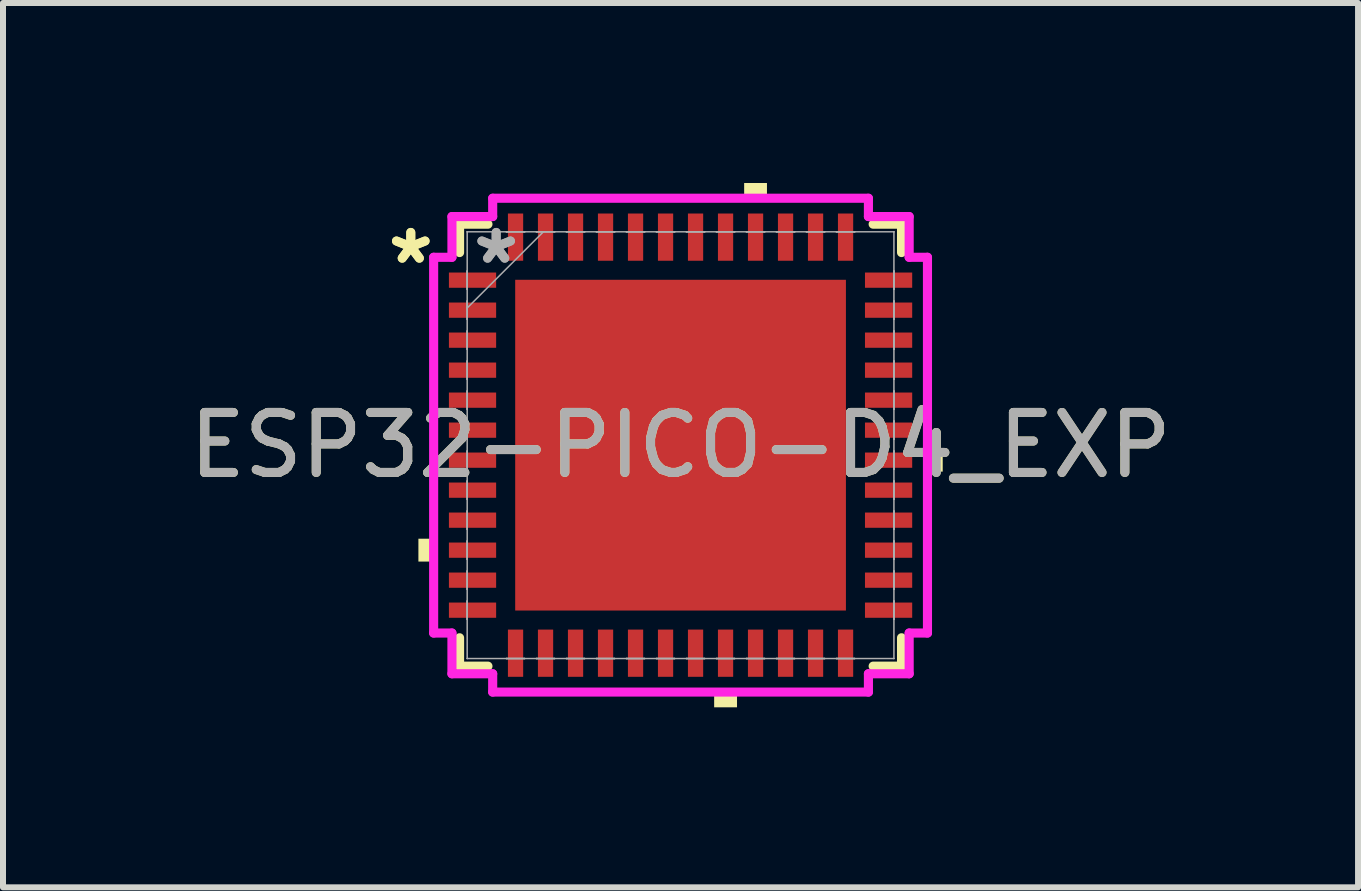
<source format=kicad_pcb>
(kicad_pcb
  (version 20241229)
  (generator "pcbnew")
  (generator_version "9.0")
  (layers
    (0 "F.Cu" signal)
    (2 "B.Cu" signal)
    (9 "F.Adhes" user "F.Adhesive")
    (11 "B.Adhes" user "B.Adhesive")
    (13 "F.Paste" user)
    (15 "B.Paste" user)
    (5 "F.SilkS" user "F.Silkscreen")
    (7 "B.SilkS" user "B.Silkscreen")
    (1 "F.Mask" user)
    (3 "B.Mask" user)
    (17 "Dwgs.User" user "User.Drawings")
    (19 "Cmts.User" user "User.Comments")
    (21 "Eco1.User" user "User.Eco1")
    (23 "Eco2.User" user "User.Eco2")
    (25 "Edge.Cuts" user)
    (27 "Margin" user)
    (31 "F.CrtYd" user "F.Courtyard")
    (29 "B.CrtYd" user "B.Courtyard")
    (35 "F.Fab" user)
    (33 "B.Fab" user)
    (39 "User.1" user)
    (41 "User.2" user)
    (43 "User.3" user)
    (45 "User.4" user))
  (footprint "ESP32-PICO-D4_EXP"
    (layer "F.Cu")
    (at 8.292 4.369)
    (property "Reference" "ESP32-PICO-D4_EXP" (at 0 0 0) (unlocked yes) (layer "F.SilkS") (effects (font (size 1 1) (thickness 0.15))))
    (attr smd)
    (fp_line (start -3.683 -3.683) (end -3.683 -3.21) (stroke (width 0.152) (type solid)) (layer "F.SilkS"))
    (fp_line (start -3.683 3.21) (end -3.683 3.683) (stroke (width 0.152) (type solid)) (layer "F.SilkS"))
    (fp_line (start -3.683 3.683) (end -3.21 3.683) (stroke (width 0.152) (type solid)) (layer "F.SilkS"))
    (fp_line (start -3.21 -3.683) (end -3.683 -3.683) (stroke (width 0.152) (type solid)) (layer "F.SilkS"))
    (fp_line (start 3.21 3.683) (end 3.683 3.683) (stroke (width 0.152) (type solid)) (layer "F.SilkS"))
    (fp_line (start 3.683 -3.683) (end 3.21 -3.683) (stroke (width 0.152) (type solid)) (layer "F.SilkS"))
    (fp_line (start 3.683 -3.21) (end 3.683 -3.683) (stroke (width 0.152) (type solid)) (layer "F.SilkS"))
    (fp_line (start 3.683 3.683) (end 3.683 3.21) (stroke (width 0.152) (type solid)) (layer "F.SilkS"))
    (fp_poly (pts (xy -4.369 1.559) (xy -4.369 1.94) (xy -4.115 1.94) (xy -4.115 1.559)) (stroke (width 0) (type solid)) (fill yes) (layer "F.SilkS"))
    (fp_poly (pts (xy 0.56 4.115) (xy 0.56 4.369) (xy 0.941 4.369) (xy 0.941 4.115)) (stroke (width 0) (type solid)) (fill yes) (layer "F.SilkS"))
    (fp_poly (pts (xy 1.06 -4.115) (xy 1.06 -4.369) (xy 1.44 -4.369) (xy 1.44 -4.115)) (stroke (width 0) (type solid)) (fill yes) (layer "F.SilkS"))
    (fp_poly (pts (xy 4.369 0.059) (xy 4.369 0.441) (xy 4.115 0.441) (xy 4.115 0.059)) (stroke (width 0) (type solid)) (fill yes) (layer "F.SilkS"))
    (fp_poly (pts (xy -2.656 -2.656) (xy -2.656 -1.478) (xy -1.478 -1.478) (xy -1.478 -2.656)) (stroke (width 0) (type solid)) (fill yes) (layer "F.Paste"))
    (fp_poly (pts (xy -2.656 -1.278) (xy -2.656 -0.1) (xy -1.478 -0.1) (xy -1.478 -1.278)) (stroke (width 0) (type solid)) (fill yes) (layer "F.Paste"))
    (fp_poly (pts (xy -2.656 0.1) (xy -2.656 1.278) (xy -1.478 1.278) (xy -1.478 0.1)) (stroke (width 0) (type solid)) (fill yes) (layer "F.Paste"))
    (fp_poly (pts (xy -2.656 1.478) (xy -2.656 2.656) (xy -1.478 2.656) (xy -1.478 1.478)) (stroke (width 0) (type solid)) (fill yes) (layer "F.Paste"))
    (fp_poly (pts (xy -1.278 -2.656) (xy -1.278 -1.478) (xy -0.1 -1.478) (xy -0.1 -2.656)) (stroke (width 0) (type solid)) (fill yes) (layer "F.Paste"))
    (fp_poly (pts (xy -1.278 -1.278) (xy -1.278 -0.1) (xy -0.1 -0.1) (xy -0.1 -1.278)) (stroke (width 0) (type solid)) (fill yes) (layer "F.Paste"))
    (fp_poly (pts (xy -1.278 0.1) (xy -1.278 1.278) (xy -0.1 1.278) (xy -0.1 0.1)) (stroke (width 0) (type solid)) (fill yes) (layer "F.Paste"))
    (fp_poly (pts (xy -1.278 1.478) (xy -1.278 2.656) (xy -0.1 2.656) (xy -0.1 1.478)) (stroke (width 0) (type solid)) (fill yes) (layer "F.Paste"))
    (fp_poly (pts (xy 0.1 -2.656) (xy 0.1 -1.478) (xy 1.278 -1.478) (xy 1.278 -2.656)) (stroke (width 0) (type solid)) (fill yes) (layer "F.Paste"))
    (fp_poly (pts (xy 0.1 -1.278) (xy 0.1 -0.1) (xy 1.278 -0.1) (xy 1.278 -1.278)) (stroke (width 0) (type solid)) (fill yes) (layer "F.Paste"))
    (fp_poly (pts (xy 0.1 0.1) (xy 0.1 1.278) (xy 1.278 1.278) (xy 1.278 0.1)) (stroke (width 0) (type solid)) (fill yes) (layer "F.Paste"))
    (fp_poly (pts (xy 0.1 1.478) (xy 0.1 2.656) (xy 1.278 2.656) (xy 1.278 1.478)) (stroke (width 0) (type solid)) (fill yes) (layer "F.Paste"))
    (fp_poly (pts (xy 1.478 -2.656) (xy 1.478 -1.478) (xy 2.656 -1.478) (xy 2.656 -2.656)) (stroke (width 0) (type solid)) (fill yes) (layer "F.Paste"))
    (fp_poly (pts (xy 1.478 -1.278) (xy 1.478 -0.1) (xy 2.656 -0.1) (xy 2.656 -1.278)) (stroke (width 0) (type solid)) (fill yes) (layer "F.Paste"))
    (fp_poly (pts (xy 1.478 0.1) (xy 1.478 1.278) (xy 2.656 1.278) (xy 2.656 0.1)) (stroke (width 0) (type solid)) (fill yes) (layer "F.Paste"))
    (fp_poly (pts (xy 1.478 1.478) (xy 1.478 2.656) (xy 2.656 2.656) (xy 2.656 1.478)) (stroke (width 0) (type solid)) (fill yes) (layer "F.Paste"))
    (fp_line (start -4.115 -3.131) (end -3.81 -3.131) (stroke (width 0.152) (type solid)) (layer "F.CrtYd"))
    (fp_line (start -4.115 3.131) (end -4.115 -3.131) (stroke (width 0.152) (type solid)) (layer "F.CrtYd"))
    (fp_line (start -3.81 -3.81) (end -3.131 -3.81) (stroke (width 0.152) (type solid)) (layer "F.CrtYd"))
    (fp_line (start -3.81 -3.131) (end -3.81 -3.81) (stroke (width 0.152) (type solid)) (layer "F.CrtYd"))
    (fp_line (start -3.81 3.131) (end -4.115 3.131) (stroke (width 0.152) (type solid)) (layer "F.CrtYd"))
    (fp_line (start -3.81 3.81) (end -3.81 3.131) (stroke (width 0.152) (type solid)) (layer "F.CrtYd"))
    (fp_line (start -3.131 -4.115) (end 3.131 -4.115) (stroke (width 0.152) (type solid)) (layer "F.CrtYd"))
    (fp_line (start -3.131 -3.81) (end -3.131 -4.115) (stroke (width 0.152) (type solid)) (layer "F.CrtYd"))
    (fp_line (start -3.131 3.81) (end -3.81 3.81) (stroke (width 0.152) (type solid)) (layer "F.CrtYd"))
    (fp_line (start -3.131 4.115) (end -3.131 3.81) (stroke (width 0.152) (type solid)) (layer "F.CrtYd"))
    (fp_line (start 3.131 -4.115) (end 3.131 -3.81) (stroke (width 0.152) (type solid)) (layer "F.CrtYd"))
    (fp_line (start 3.131 -3.81) (end 3.81 -3.81) (stroke (width 0.152) (type solid)) (layer "F.CrtYd"))
    (fp_line (start 3.131 3.81) (end 3.131 4.115) (stroke (width 0.152) (type solid)) (layer "F.CrtYd"))
    (fp_line (start 3.131 4.115) (end -3.131 4.115) (stroke (width 0.152) (type solid)) (layer "F.CrtYd"))
    (fp_line (start 3.81 -3.81) (end 3.81 -3.131) (stroke (width 0.152) (type solid)) (layer "F.CrtYd"))
    (fp_line (start 3.81 -3.131) (end 4.115 -3.131) (stroke (width 0.152) (type solid)) (layer "F.CrtYd"))
    (fp_line (start 3.81 3.131) (end 3.81 3.81) (stroke (width 0.152) (type solid)) (layer "F.CrtYd"))
    (fp_line (start 3.81 3.81) (end 3.131 3.81) (stroke (width 0.152) (type solid)) (layer "F.CrtYd"))
    (fp_line (start 4.115 -3.131) (end 4.115 3.131) (stroke (width 0.152) (type solid)) (layer "F.CrtYd"))
    (fp_line (start 4.115 3.131) (end 3.81 3.131) (stroke (width 0.152) (type solid)) (layer "F.CrtYd"))
    (fp_line (start -3.556 -3.556) (end -3.556 -3.556) (stroke (width 0.025) (type solid)) (layer "F.Fab"))
    (fp_line (start -3.556 -3.556) (end -3.556 3.556) (stroke (width 0.025) (type solid)) (layer "F.Fab"))
    (fp_line (start -3.556 -2.902) (end -3.556 -2.902) (stroke (width 0.025) (type solid)) (layer "F.Fab"))
    (fp_line (start -3.556 -2.902) (end -3.556 -2.598) (stroke (width 0.025) (type solid)) (layer "F.Fab"))
    (fp_line (start -3.556 -2.598) (end -3.556 -2.902) (stroke (width 0.025) (type solid)) (layer "F.Fab"))
    (fp_line (start -3.556 -2.598) (end -3.556 -2.598) (stroke (width 0.025) (type solid)) (layer "F.Fab"))
    (fp_line (start -3.556 -2.402) (end -3.556 -2.402) (stroke (width 0.025) (type solid)) (layer "F.Fab"))
    (fp_line (start -3.556 -2.402) (end -3.556 -2.098) (stroke (width 0.025) (type solid)) (layer "F.Fab"))
    (fp_line (start -3.556 -2.286) (end -2.286 -3.556) (stroke (width 0.025) (type solid)) (layer "F.Fab"))
    (fp_line (start -3.556 -2.098) (end -3.556 -2.402) (stroke (width 0.025) (type solid)) (layer "F.Fab"))
    (fp_line (start -3.556 -2.098) (end -3.556 -2.098) (stroke (width 0.025) (type solid)) (layer "F.Fab"))
    (fp_line (start -3.556 -1.902) (end -3.556 -1.902) (stroke (width 0.025) (type solid)) (layer "F.Fab"))
    (fp_line (start -3.556 -1.902) (end -3.556 -1.598) (stroke (width 0.025) (type solid)) (layer "F.Fab"))
    (fp_line (start -3.556 -1.598) (end -3.556 -1.902) (stroke (width 0.025) (type solid)) (layer "F.Fab"))
    (fp_line (start -3.556 -1.598) (end -3.556 -1.598) (stroke (width 0.025) (type solid)) (layer "F.Fab"))
    (fp_line (start -3.556 -1.402) (end -3.556 -1.402) (stroke (width 0.025) (type solid)) (layer "F.Fab"))
    (fp_line (start -3.556 -1.402) (end -3.556 -1.098) (stroke (width 0.025) (type solid)) (layer "F.Fab"))
    (fp_line (start -3.556 -1.098) (end -3.556 -1.402) (stroke (width 0.025) (type solid)) (layer "F.Fab"))
    (fp_line (start -3.556 -1.098) (end -3.556 -1.098) (stroke (width 0.025) (type solid)) (layer "F.Fab"))
    (fp_line (start -3.556 -0.902) (end -3.556 -0.902) (stroke (width 0.025) (type solid)) (layer "F.Fab"))
    (fp_line (start -3.556 -0.902) (end -3.556 -0.598) (stroke (width 0.025) (type solid)) (layer "F.Fab"))
    (fp_line (start -3.556 -0.598) (end -3.556 -0.902) (stroke (width 0.025) (type solid)) (layer "F.Fab"))
    (fp_line (start -3.556 -0.598) (end -3.556 -0.598) (stroke (width 0.025) (type solid)) (layer "F.Fab"))
    (fp_line (start -3.556 -0.402) (end -3.556 -0.402) (stroke (width 0.025) (type solid)) (layer "F.Fab"))
    (fp_line (start -3.556 -0.402) (end -3.556 -0.098) (stroke (width 0.025) (type solid)) (layer "F.Fab"))
    (fp_line (start -3.556 -0.098) (end -3.556 -0.402) (stroke (width 0.025) (type solid)) (layer "F.Fab"))
    (fp_line (start -3.556 -0.098) (end -3.556 -0.098) (stroke (width 0.025) (type solid)) (layer "F.Fab"))
    (fp_line (start -3.556 0.098) (end -3.556 0.098) (stroke (width 0.025) (type solid)) (layer "F.Fab"))
    (fp_line (start -3.556 0.098) (end -3.556 0.402) (stroke (width 0.025) (type solid)) (layer "F.Fab"))
    (fp_line (start -3.556 0.402) (end -3.556 0.098) (stroke (width 0.025) (type solid)) (layer "F.Fab"))
    (fp_line (start -3.556 0.402) (end -3.556 0.402) (stroke (width 0.025) (type solid)) (layer "F.Fab"))
    (fp_line (start -3.556 0.598) (end -3.556 0.598) (stroke (width 0.025) (type solid)) (layer "F.Fab"))
    (fp_line (start -3.556 0.598) (end -3.556 0.902) (stroke (width 0.025) (type solid)) (layer "F.Fab"))
    (fp_line (start -3.556 0.902) (end -3.556 0.598) (stroke (width 0.025) (type solid)) (layer "F.Fab"))
    (fp_line (start -3.556 0.902) (end -3.556 0.902) (stroke (width 0.025) (type solid)) (layer "F.Fab"))
    (fp_line (start -3.556 1.098) (end -3.556 1.098) (stroke (width 0.025) (type solid)) (layer "F.Fab"))
    (fp_line (start -3.556 1.098) (end -3.556 1.402) (stroke (width 0.025) (type solid)) (layer "F.Fab"))
    (fp_line (start -3.556 1.402) (end -3.556 1.098) (stroke (width 0.025) (type solid)) (layer "F.Fab"))
    (fp_line (start -3.556 1.402) (end -3.556 1.402) (stroke (width 0.025) (type solid)) (layer "F.Fab"))
    (fp_line (start -3.556 1.598) (end -3.556 1.598) (stroke (width 0.025) (type solid)) (layer "F.Fab"))
    (fp_line (start -3.556 1.598) (end -3.556 1.902) (stroke (width 0.025) (type solid)) (layer "F.Fab"))
    (fp_line (start -3.556 1.902) (end -3.556 1.598) (stroke (width 0.025) (type solid)) (layer "F.Fab"))
    (fp_line (start -3.556 1.902) (end -3.556 1.902) (stroke (width 0.025) (type solid)) (layer "F.Fab"))
    (fp_line (start -3.556 2.098) (end -3.556 2.098) (stroke (width 0.025) (type solid)) (layer "F.Fab"))
    (fp_line (start -3.556 2.098) (end -3.556 2.402) (stroke (width 0.025) (type solid)) (layer "F.Fab"))
    (fp_line (start -3.556 2.402) (end -3.556 2.098) (stroke (width 0.025) (type solid)) (layer "F.Fab"))
    (fp_line (start -3.556 2.402) (end -3.556 2.402) (stroke (width 0.025) (type solid)) (layer "F.Fab"))
    (fp_line (start -3.556 2.598) (end -3.556 2.598) (stroke (width 0.025) (type solid)) (layer "F.Fab"))
    (fp_line (start -3.556 2.598) (end -3.556 2.902) (stroke (width 0.025) (type solid)) (layer "F.Fab"))
    (fp_line (start -3.556 2.902) (end -3.556 2.598) (stroke (width 0.025) (type solid)) (layer "F.Fab"))
    (fp_line (start -3.556 2.902) (end -3.556 2.902) (stroke (width 0.025) (type solid)) (layer "F.Fab"))
    (fp_line (start -3.556 3.556) (end -3.556 3.556) (stroke (width 0.025) (type solid)) (layer "F.Fab"))
    (fp_line (start -3.556 3.556) (end 3.556 3.556) (stroke (width 0.025) (type solid)) (layer "F.Fab"))
    (fp_line (start -2.902 -3.556) (end -2.902 -3.556) (stroke (width 0.025) (type solid)) (layer "F.Fab"))
    (fp_line (start -2.902 -3.556) (end -2.598 -3.556) (stroke (width 0.025) (type solid)) (layer "F.Fab"))
    (fp_line (start -2.902 3.556) (end -2.902 3.556) (stroke (width 0.025) (type solid)) (layer "F.Fab"))
    (fp_line (start -2.902 3.556) (end -2.598 3.556) (stroke (width 0.025) (type solid)) (layer "F.Fab"))
    (fp_line (start -2.598 -3.556) (end -2.902 -3.556) (stroke (width 0.025) (type solid)) (layer "F.Fab"))
    (fp_line (start -2.598 -3.556) (end -2.598 -3.556) (stroke (width 0.025) (type solid)) (layer "F.Fab"))
    (fp_line (start -2.598 3.556) (end -2.902 3.556) (stroke (width 0.025) (type solid)) (layer "F.Fab"))
    (fp_line (start -2.598 3.556) (end -2.598 3.556) (stroke (width 0.025) (type solid)) (layer "F.Fab"))
    (fp_line (start -2.402 -3.556) (end -2.402 -3.556) (stroke (width 0.025) (type solid)) (layer "F.Fab"))
    (fp_line (start -2.402 -3.556) (end -2.098 -3.556) (stroke (width 0.025) (type solid)) (layer "F.Fab"))
    (fp_line (start -2.402 3.556) (end -2.402 3.556) (stroke (width 0.025) (type solid)) (layer "F.Fab"))
    (fp_line (start -2.402 3.556) (end -2.098 3.556) (stroke (width 0.025) (type solid)) (layer "F.Fab"))
    (fp_line (start -2.098 -3.556) (end -2.402 -3.556) (stroke (width 0.025) (type solid)) (layer "F.Fab"))
    (fp_line (start -2.098 -3.556) (end -2.098 -3.556) (stroke (width 0.025) (type solid)) (layer "F.Fab"))
    (fp_line (start -2.098 3.556) (end -2.402 3.556) (stroke (width 0.025) (type solid)) (layer "F.Fab"))
    (fp_line (start -2.098 3.556) (end -2.098 3.556) (stroke (width 0.025) (type solid)) (layer "F.Fab"))
    (fp_line (start -1.902 -3.556) (end -1.902 -3.556) (stroke (width 0.025) (type solid)) (layer "F.Fab"))
    (fp_line (start -1.902 -3.556) (end -1.598 -3.556) (stroke (width 0.025) (type solid)) (layer "F.Fab"))
    (fp_line (start -1.902 3.556) (end -1.902 3.556) (stroke (width 0.025) (type solid)) (layer "F.Fab"))
    (fp_line (start -1.902 3.556) (end -1.598 3.556) (stroke (width 0.025) (type solid)) (layer "F.Fab"))
    (fp_line (start -1.598 -3.556) (end -1.902 -3.556) (stroke (width 0.025) (type solid)) (layer "F.Fab"))
    (fp_line (start -1.598 -3.556) (end -1.598 -3.556) (stroke (width 0.025) (type solid)) (layer "F.Fab"))
    (fp_line (start -1.598 3.556) (end -1.902 3.556) (stroke (width 0.025) (type solid)) (layer "F.Fab"))
    (fp_line (start -1.598 3.556) (end -1.598 3.556) (stroke (width 0.025) (type solid)) (layer "F.Fab"))
    (fp_line (start -1.402 -3.556) (end -1.402 -3.556) (stroke (width 0.025) (type solid)) (layer "F.Fab"))
    (fp_line (start -1.402 -3.556) (end -1.098 -3.556) (stroke (width 0.025) (type solid)) (layer "F.Fab"))
    (fp_line (start -1.402 3.556) (end -1.402 3.556) (stroke (width 0.025) (type solid)) (layer "F.Fab"))
    (fp_line (start -1.402 3.556) (end -1.098 3.556) (stroke (width 0.025) (type solid)) (layer "F.Fab"))
    (fp_line (start -1.098 -3.556) (end -1.402 -3.556) (stroke (width 0.025) (type solid)) (layer "F.Fab"))
    (fp_line (start -1.098 -3.556) (end -1.098 -3.556) (stroke (width 0.025) (type solid)) (layer "F.Fab"))
    (fp_line (start -1.098 3.556) (end -1.402 3.556) (stroke (width 0.025) (type solid)) (layer "F.Fab"))
    (fp_line (start -1.098 3.556) (end -1.098 3.556) (stroke (width 0.025) (type solid)) (layer "F.Fab"))
    (fp_line (start -0.902 -3.556) (end -0.902 -3.556) (stroke (width 0.025) (type solid)) (layer "F.Fab"))
    (fp_line (start -0.902 -3.556) (end -0.598 -3.556) (stroke (width 0.025) (type solid)) (layer "F.Fab"))
    (fp_line (start -0.902 3.556) (end -0.902 3.556) (stroke (width 0.025) (type solid)) (layer "F.Fab"))
    (fp_line (start -0.902 3.556) (end -0.598 3.556) (stroke (width 0.025) (type solid)) (layer "F.Fab"))
    (fp_line (start -0.598 -3.556) (end -0.902 -3.556) (stroke (width 0.025) (type solid)) (layer "F.Fab"))
    (fp_line (start -0.598 -3.556) (end -0.598 -3.556) (stroke (width 0.025) (type solid)) (layer "F.Fab"))
    (fp_line (start -0.598 3.556) (end -0.902 3.556) (stroke (width 0.025) (type solid)) (layer "F.Fab"))
    (fp_line (start -0.598 3.556) (end -0.598 3.556) (stroke (width 0.025) (type solid)) (layer "F.Fab"))
    (fp_line (start -0.402 -3.556) (end -0.402 -3.556) (stroke (width 0.025) (type solid)) (layer "F.Fab"))
    (fp_line (start -0.402 -3.556) (end -0.098 -3.556) (stroke (width 0.025) (type solid)) (layer "F.Fab"))
    (fp_line (start -0.402 3.556) (end -0.402 3.556) (stroke (width 0.025) (type solid)) (layer "F.Fab"))
    (fp_line (start -0.402 3.556) (end -0.098 3.556) (stroke (width 0.025) (type solid)) (layer "F.Fab"))
    (fp_line (start -0.098 -3.556) (end -0.402 -3.556) (stroke (width 0.025) (type solid)) (layer "F.Fab"))
    (fp_line (start -0.098 -3.556) (end -0.098 -3.556) (stroke (width 0.025) (type solid)) (layer "F.Fab"))
    (fp_line (start -0.098 3.556) (end -0.402 3.556) (stroke (width 0.025) (type solid)) (layer "F.Fab"))
    (fp_line (start -0.098 3.556) (end -0.098 3.556) (stroke (width 0.025) (type solid)) (layer "F.Fab"))
    (fp_line (start 0.098 -3.556) (end 0.098 -3.556) (stroke (width 0.025) (type solid)) (layer "F.Fab"))
    (fp_line (start 0.098 -3.556) (end 0.402 -3.556) (stroke (width 0.025) (type solid)) (layer "F.Fab"))
    (fp_line (start 0.098 3.556) (end 0.098 3.556) (stroke (width 0.025) (type solid)) (layer "F.Fab"))
    (fp_line (start 0.098 3.556) (end 0.402 3.556) (stroke (width 0.025) (type solid)) (layer "F.Fab"))
    (fp_line (start 0.402 -3.556) (end 0.098 -3.556) (stroke (width 0.025) (type solid)) (layer "F.Fab"))
    (fp_line (start 0.402 -3.556) (end 0.402 -3.556) (stroke (width 0.025) (type solid)) (layer "F.Fab"))
    (fp_line (start 0.402 3.556) (end 0.098 3.556) (stroke (width 0.025) (type solid)) (layer "F.Fab"))
    (fp_line (start 0.402 3.556) (end 0.402 3.556) (stroke (width 0.025) (type solid)) (layer "F.Fab"))
    (fp_line (start 0.598 -3.556) (end 0.598 -3.556) (stroke (width 0.025) (type solid)) (layer "F.Fab"))
    (fp_line (start 0.598 -3.556) (end 0.902 -3.556) (stroke (width 0.025) (type solid)) (layer "F.Fab"))
    (fp_line (start 0.598 3.556) (end 0.598 3.556) (stroke (width 0.025) (type solid)) (layer "F.Fab"))
    (fp_line (start 0.598 3.556) (end 0.902 3.556) (stroke (width 0.025) (type solid)) (layer "F.Fab"))
    (fp_line (start 0.902 -3.556) (end 0.598 -3.556) (stroke (width 0.025) (type solid)) (layer "F.Fab"))
    (fp_line (start 0.902 -3.556) (end 0.902 -3.556) (stroke (width 0.025) (type solid)) (layer "F.Fab"))
    (fp_line (start 0.902 3.556) (end 0.598 3.556) (stroke (width 0.025) (type solid)) (layer "F.Fab"))
    (fp_line (start 0.902 3.556) (end 0.902 3.556) (stroke (width 0.025) (type solid)) (layer "F.Fab"))
    (fp_line (start 1.098 -3.556) (end 1.098 -3.556) (stroke (width 0.025) (type solid)) (layer "F.Fab"))
    (fp_line (start 1.098 -3.556) (end 1.402 -3.556) (stroke (width 0.025) (type solid)) (layer "F.Fab"))
    (fp_line (start 1.098 3.556) (end 1.098 3.556) (stroke (width 0.025) (type solid)) (layer "F.Fab"))
    (fp_line (start 1.098 3.556) (end 1.402 3.556) (stroke (width 0.025) (type solid)) (layer "F.Fab"))
    (fp_line (start 1.402 -3.556) (end 1.098 -3.556) (stroke (width 0.025) (type solid)) (layer "F.Fab"))
    (fp_line (start 1.402 -3.556) (end 1.402 -3.556) (stroke (width 0.025) (type solid)) (layer "F.Fab"))
    (fp_line (start 1.402 3.556) (end 1.098 3.556) (stroke (width 0.025) (type solid)) (layer "F.Fab"))
    (fp_line (start 1.402 3.556) (end 1.402 3.556) (stroke (width 0.025) (type solid)) (layer "F.Fab"))
    (fp_line (start 1.598 -3.556) (end 1.598 -3.556) (stroke (width 0.025) (type solid)) (layer "F.Fab"))
    (fp_line (start 1.598 -3.556) (end 1.902 -3.556) (stroke (width 0.025) (type solid)) (layer "F.Fab"))
    (fp_line (start 1.598 3.556) (end 1.598 3.556) (stroke (width 0.025) (type solid)) (layer "F.Fab"))
    (fp_line (start 1.598 3.556) (end 1.902 3.556) (stroke (width 0.025) (type solid)) (layer "F.Fab"))
    (fp_line (start 1.902 -3.556) (end 1.598 -3.556) (stroke (width 0.025) (type solid)) (layer "F.Fab"))
    (fp_line (start 1.902 -3.556) (end 1.902 -3.556) (stroke (width 0.025) (type solid)) (layer "F.Fab"))
    (fp_line (start 1.902 3.556) (end 1.598 3.556) (stroke (width 0.025) (type solid)) (layer "F.Fab"))
    (fp_line (start 1.902 3.556) (end 1.902 3.556) (stroke (width 0.025) (type solid)) (layer "F.Fab"))
    (fp_line (start 2.098 -3.556) (end 2.098 -3.556) (stroke (width 0.025) (type solid)) (layer "F.Fab"))
    (fp_line (start 2.098 -3.556) (end 2.402 -3.556) (stroke (width 0.025) (type solid)) (layer "F.Fab"))
    (fp_line (start 2.098 3.556) (end 2.098 3.556) (stroke (width 0.025) (type solid)) (layer "F.Fab"))
    (fp_line (start 2.098 3.556) (end 2.402 3.556) (stroke (width 0.025) (type solid)) (layer "F.Fab"))
    (fp_line (start 2.402 -3.556) (end 2.098 -3.556) (stroke (width 0.025) (type solid)) (layer "F.Fab"))
    (fp_line (start 2.402 -3.556) (end 2.402 -3.556) (stroke (width 0.025) (type solid)) (layer "F.Fab"))
    (fp_line (start 2.402 3.556) (end 2.098 3.556) (stroke (width 0.025) (type solid)) (layer "F.Fab"))
    (fp_line (start 2.402 3.556) (end 2.402 3.556) (stroke (width 0.025) (type solid)) (layer "F.Fab"))
    (fp_line (start 2.598 -3.556) (end 2.598 -3.556) (stroke (width 0.025) (type solid)) (layer "F.Fab"))
    (fp_line (start 2.598 -3.556) (end 2.902 -3.556) (stroke (width 0.025) (type solid)) (layer "F.Fab"))
    (fp_line (start 2.598 3.556) (end 2.598 3.556) (stroke (width 0.025) (type solid)) (layer "F.Fab"))
    (fp_line (start 2.598 3.556) (end 2.902 3.556) (stroke (width 0.025) (type solid)) (layer "F.Fab"))
    (fp_line (start 2.902 -3.556) (end 2.598 -3.556) (stroke (width 0.025) (type solid)) (layer "F.Fab"))
    (fp_line (start 2.902 -3.556) (end 2.902 -3.556) (stroke (width 0.025) (type solid)) (layer "F.Fab"))
    (fp_line (start 2.902 3.556) (end 2.598 3.556) (stroke (width 0.025) (type solid)) (layer "F.Fab"))
    (fp_line (start 2.902 3.556) (end 2.902 3.556) (stroke (width 0.025) (type solid)) (layer "F.Fab"))
    (fp_line (start 3.556 -3.556) (end -3.556 -3.556) (stroke (width 0.025) (type solid)) (layer "F.Fab"))
    (fp_line (start 3.556 -3.556) (end 3.556 -3.556) (stroke (width 0.025) (type solid)) (layer "F.Fab"))
    (fp_line (start 3.556 -2.902) (end 3.556 -2.902) (stroke (width 0.025) (type solid)) (layer "F.Fab"))
    (fp_line (start 3.556 -2.902) (end 3.556 -2.598) (stroke (width 0.025) (type solid)) (layer "F.Fab"))
    (fp_line (start 3.556 -2.598) (end 3.556 -2.902) (stroke (width 0.025) (type solid)) (layer "F.Fab"))
    (fp_line (start 3.556 -2.598) (end 3.556 -2.598) (stroke (width 0.025) (type solid)) (layer "F.Fab"))
    (fp_line (start 3.556 -2.402) (end 3.556 -2.402) (stroke (width 0.025) (type solid)) (layer "F.Fab"))
    (fp_line (start 3.556 -2.402) (end 3.556 -2.098) (stroke (width 0.025) (type solid)) (layer "F.Fab"))
    (fp_line (start 3.556 -2.098) (end 3.556 -2.402) (stroke (width 0.025) (type solid)) (layer "F.Fab"))
    (fp_line (start 3.556 -2.098) (end 3.556 -2.098) (stroke (width 0.025) (type solid)) (layer "F.Fab"))
    (fp_line (start 3.556 -1.902) (end 3.556 -1.902) (stroke (width 0.025) (type solid)) (layer "F.Fab"))
    (fp_line (start 3.556 -1.902) (end 3.556 -1.598) (stroke (width 0.025) (type solid)) (layer "F.Fab"))
    (fp_line (start 3.556 -1.598) (end 3.556 -1.902) (stroke (width 0.025) (type solid)) (layer "F.Fab"))
    (fp_line (start 3.556 -1.598) (end 3.556 -1.598) (stroke (width 0.025) (type solid)) (layer "F.Fab"))
    (fp_line (start 3.556 -1.402) (end 3.556 -1.402) (stroke (width 0.025) (type solid)) (layer "F.Fab"))
    (fp_line (start 3.556 -1.402) (end 3.556 -1.098) (stroke (width 0.025) (type solid)) (layer "F.Fab"))
    (fp_line (start 3.556 -1.098) (end 3.556 -1.402) (stroke (width 0.025) (type solid)) (layer "F.Fab"))
    (fp_line (start 3.556 -1.098) (end 3.556 -1.098) (stroke (width 0.025) (type solid)) (layer "F.Fab"))
    (fp_line (start 3.556 -0.902) (end 3.556 -0.902) (stroke (width 0.025) (type solid)) (layer "F.Fab"))
    (fp_line (start 3.556 -0.902) (end 3.556 -0.598) (stroke (width 0.025) (type solid)) (layer "F.Fab"))
    (fp_line (start 3.556 -0.598) (end 3.556 -0.902) (stroke (width 0.025) (type solid)) (layer "F.Fab"))
    (fp_line (start 3.556 -0.598) (end 3.556 -0.598) (stroke (width 0.025) (type solid)) (layer "F.Fab"))
    (fp_line (start 3.556 -0.402) (end 3.556 -0.402) (stroke (width 0.025) (type solid)) (layer "F.Fab"))
    (fp_line (start 3.556 -0.402) (end 3.556 -0.098) (stroke (width 0.025) (type solid)) (layer "F.Fab"))
    (fp_line (start 3.556 -0.098) (end 3.556 -0.402) (stroke (width 0.025) (type solid)) (layer "F.Fab"))
    (fp_line (start 3.556 -0.098) (end 3.556 -0.098) (stroke (width 0.025) (type solid)) (layer "F.Fab"))
    (fp_line (start 3.556 0.098) (end 3.556 0.098) (stroke (width 0.025) (type solid)) (layer "F.Fab"))
    (fp_line (start 3.556 0.098) (end 3.556 0.402) (stroke (width 0.025) (type solid)) (layer "F.Fab"))
    (fp_line (start 3.556 0.402) (end 3.556 0.098) (stroke (width 0.025) (type solid)) (layer "F.Fab"))
    (fp_line (start 3.556 0.402) (end 3.556 0.402) (stroke (width 0.025) (type solid)) (layer "F.Fab"))
    (fp_line (start 3.556 0.598) (end 3.556 0.598) (stroke (width 0.025) (type solid)) (layer "F.Fab"))
    (fp_line (start 3.556 0.598) (end 3.556 0.902) (stroke (width 0.025) (type solid)) (layer "F.Fab"))
    (fp_line (start 3.556 0.902) (end 3.556 0.598) (stroke (width 0.025) (type solid)) (layer "F.Fab"))
    (fp_line (start 3.556 0.902) (end 3.556 0.902) (stroke (width 0.025) (type solid)) (layer "F.Fab"))
    (fp_line (start 3.556 1.098) (end 3.556 1.098) (stroke (width 0.025) (type solid)) (layer "F.Fab"))
    (fp_line (start 3.556 1.098) (end 3.556 1.402) (stroke (width 0.025) (type solid)) (layer "F.Fab"))
    (fp_line (start 3.556 1.402) (end 3.556 1.098) (stroke (width 0.025) (type solid)) (layer "F.Fab"))
    (fp_line (start 3.556 1.402) (end 3.556 1.402) (stroke (width 0.025) (type solid)) (layer "F.Fab"))
    (fp_line (start 3.556 1.598) (end 3.556 1.598) (stroke (width 0.025) (type solid)) (layer "F.Fab"))
    (fp_line (start 3.556 1.598) (end 3.556 1.902) (stroke (width 0.025) (type solid)) (layer "F.Fab"))
    (fp_line (start 3.556 1.902) (end 3.556 1.598) (stroke (width 0.025) (type solid)) (layer "F.Fab"))
    (fp_line (start 3.556 1.902) (end 3.556 1.902) (stroke (width 0.025) (type solid)) (layer "F.Fab"))
    (fp_line (start 3.556 2.098) (end 3.556 2.098) (stroke (width 0.025) (type solid)) (layer "F.Fab"))
    (fp_line (start 3.556 2.098) (end 3.556 2.402) (stroke (width 0.025) (type solid)) (layer "F.Fab"))
    (fp_line (start 3.556 2.402) (end 3.556 2.098) (stroke (width 0.025) (type solid)) (layer "F.Fab"))
    (fp_line (start 3.556 2.402) (end 3.556 2.402) (stroke (width 0.025) (type solid)) (layer "F.Fab"))
    (fp_line (start 3.556 2.598) (end 3.556 2.598) (stroke (width 0.025) (type solid)) (layer "F.Fab"))
    (fp_line (start 3.556 2.598) (end 3.556 2.902) (stroke (width 0.025) (type solid)) (layer "F.Fab"))
    (fp_line (start 3.556 2.902) (end 3.556 2.598) (stroke (width 0.025) (type solid)) (layer "F.Fab"))
    (fp_line (start 3.556 2.902) (end 3.556 2.902) (stroke (width 0.025) (type solid)) (layer "F.Fab"))
    (fp_line (start 3.556 3.556) (end 3.556 -3.556) (stroke (width 0.025) (type solid)) (layer "F.Fab"))
    (fp_line (start 3.556 3.556) (end 3.556 3.556) (stroke (width 0.025) (type solid)) (layer "F.Fab"))
    (fp_text user "*" (at -4.496 -3 0) (layer "F.SilkS") (effects (font (size 1 1) (thickness 0.15))))
    (fp_text user "*" (at -4.496 -3 0) (unlocked yes) (layer "F.SilkS") (effects (font (size 1 1) (thickness 0.15))))
    (fp_text user "${REFERENCE}" (at 0 0 0) (unlocked yes) (layer "F.Fab") (effects (font (size 1 1) (thickness 0.15))))
    (fp_text user "*" (at -3.073 -3 0) (layer "F.Fab") (effects (font (size 1 1) (thickness 0.15))))
    (fp_text user "*" (at -3.073 -3 0) (unlocked yes) (layer "F.Fab") (effects (font (size 1 1) (thickness 0.15))))
    (pad "1" smd rect (at -3.467 -2.75 90) (size 0.254 0.787) (layers "F.Cu" "F.Mask" "F.Paste"))
    (pad "2" smd rect (at -3.467 -2.25 90) (size 0.254 0.787) (layers "F.Cu" "F.Mask" "F.Paste"))
    (pad "3" smd rect (at -3.467 -1.75 90) (size 0.254 0.787) (layers "F.Cu" "F.Mask" "F.Paste"))
    (pad "4" smd rect (at -3.467 -1.25 90) (size 0.254 0.787) (layers "F.Cu" "F.Mask" "F.Paste"))
    (pad "5" smd rect (at -3.467 -0.75 90) (size 0.254 0.787) (layers "F.Cu" "F.Mask" "F.Paste"))
    (pad "6" smd rect (at -3.467 -0.25 90) (size 0.254 0.787) (layers "F.Cu" "F.Mask" "F.Paste"))
    (pad "7" smd rect (at -3.467 0.25 90) (size 0.254 0.787) (layers "F.Cu" "F.Mask" "F.Paste"))
    (pad "8" smd rect (at -3.467 0.75 90) (size 0.254 0.787) (layers "F.Cu" "F.Mask" "F.Paste"))
    (pad "9" smd rect (at -3.467 1.25 90) (size 0.254 0.787) (layers "F.Cu" "F.Mask" "F.Paste"))
    (pad "10" smd rect (at -3.467 1.75 90) (size 0.254 0.787) (layers "F.Cu" "F.Mask" "F.Paste"))
    (pad "11" smd rect (at -3.467 2.25 90) (size 0.254 0.787) (layers "F.Cu" "F.Mask" "F.Paste"))
    (pad "12" smd rect (at -3.467 2.75 90) (size 0.254 0.787) (layers "F.Cu" "F.Mask" "F.Paste"))
    (pad "13" smd rect (at -2.75 3.467) (size 0.254 0.787) (layers "F.Cu" "F.Mask" "F.Paste"))
    (pad "14" smd rect (at -2.25 3.467) (size 0.254 0.787) (layers "F.Cu" "F.Mask" "F.Paste"))
    (pad "15" smd rect (at -1.75 3.467) (size 0.254 0.787) (layers "F.Cu" "F.Mask" "F.Paste"))
    (pad "16" smd rect (at -1.25 3.467) (size 0.254 0.787) (layers "F.Cu" "F.Mask" "F.Paste"))
    (pad "17" smd rect (at -0.75 3.467) (size 0.254 0.787) (layers "F.Cu" "F.Mask" "F.Paste"))
    (pad "18" smd rect (at -0.25 3.467) (size 0.254 0.787) (layers "F.Cu" "F.Mask" "F.Paste"))
    (pad "19" smd rect (at 0.25 3.467) (size 0.254 0.787) (layers "F.Cu" "F.Mask" "F.Paste"))
    (pad "20" smd rect (at 0.75 3.467) (size 0.254 0.787) (layers "F.Cu" "F.Mask" "F.Paste"))
    (pad "21" smd rect (at 1.25 3.467) (size 0.254 0.787) (layers "F.Cu" "F.Mask" "F.Paste"))
    (pad "22" smd rect (at 1.75 3.467) (size 0.254 0.787) (layers "F.Cu" "F.Mask" "F.Paste"))
    (pad "23" smd rect (at 2.25 3.467) (size 0.254 0.787) (layers "F.Cu" "F.Mask" "F.Paste"))
    (pad "24" smd rect (at 2.75 3.467) (size 0.254 0.787) (layers "F.Cu" "F.Mask" "F.Paste"))
    (pad "25" smd rect (at 3.467 2.75 90) (size 0.254 0.787) (layers "F.Cu" "F.Mask" "F.Paste"))
    (pad "26" smd rect (at 3.467 2.25 90) (size 0.254 0.787) (layers "F.Cu" "F.Mask" "F.Paste"))
    (pad "27" smd rect (at 3.467 1.75 90) (size 0.254 0.787) (layers "F.Cu" "F.Mask" "F.Paste"))
    (pad "28" smd rect (at 3.467 1.25 90) (size 0.254 0.787) (layers "F.Cu" "F.Mask" "F.Paste"))
    (pad "29" smd rect (at 3.467 0.75 90) (size 0.254 0.787) (layers "F.Cu" "F.Mask" "F.Paste"))
    (pad "30" smd rect (at 3.467 0.25 90) (size 0.254 0.787) (layers "F.Cu" "F.Mask" "F.Paste"))
    (pad "31" smd rect (at 3.467 -0.25 90) (size 0.254 0.787) (layers "F.Cu" "F.Mask" "F.Paste"))
    (pad "32" smd rect (at 3.467 -0.75 90) (size 0.254 0.787) (layers "F.Cu" "F.Mask" "F.Paste"))
    (pad "33" smd rect (at 3.467 -1.25 90) (size 0.254 0.787) (layers "F.Cu" "F.Mask" "F.Paste"))
    (pad "34" smd rect (at 3.467 -1.75 90) (size 0.254 0.787) (layers "F.Cu" "F.Mask" "F.Paste"))
    (pad "35" smd rect (at 3.467 -2.25 90) (size 0.254 0.787) (layers "F.Cu" "F.Mask" "F.Paste"))
    (pad "36" smd rect (at 3.467 -2.75 90) (size 0.254 0.787) (layers "F.Cu" "F.Mask" "F.Paste"))
    (pad "37" smd rect (at 2.75 -3.467) (size 0.254 0.787) (layers "F.Cu" "F.Mask" "F.Paste"))
    (pad "38" smd rect (at 2.25 -3.467) (size 0.254 0.787) (layers "F.Cu" "F.Mask" "F.Paste"))
    (pad "39" smd rect (at 1.75 -3.467) (size 0.254 0.787) (layers "F.Cu" "F.Mask" "F.Paste"))
    (pad "40" smd rect (at 1.25 -3.467) (size 0.254 0.787) (layers "F.Cu" "F.Mask" "F.Paste"))
    (pad "41" smd rect (at 0.75 -3.467) (size 0.254 0.787) (layers "F.Cu" "F.Mask" "F.Paste"))
    (pad "42" smd rect (at 0.25 -3.467) (size 0.254 0.787) (layers "F.Cu" "F.Mask" "F.Paste"))
    (pad "43" smd rect (at -0.25 -3.467) (size 0.254 0.787) (layers "F.Cu" "F.Mask" "F.Paste"))
    (pad "44" smd rect (at -0.75 -3.467) (size 0.254 0.787) (layers "F.Cu" "F.Mask" "F.Paste"))
    (pad "45" smd rect (at -1.25 -3.467) (size 0.254 0.787) (layers "F.Cu" "F.Mask" "F.Paste"))
    (pad "46" smd rect (at -1.75 -3.467) (size 0.254 0.787) (layers "F.Cu" "F.Mask" "F.Paste"))
    (pad "47" smd rect (at -2.25 -3.467) (size 0.254 0.787) (layers "F.Cu" "F.Mask" "F.Paste"))
    (pad "48" smd rect (at -2.75 -3.467) (size 0.254 0.787) (layers "F.Cu" "F.Mask" "F.Paste"))
    (pad "49" smd rect (at 0 0) (size 5.512 5.512) (layers "F.Cu" "F.Mask" "F.Paste")))
  (gr_rect
    (start -3 -3)
    (end 19.583 11.738)
    (stroke (width 0.1) (type default))
    (fill no)
    (layer "Edge.Cuts")))
</source>
